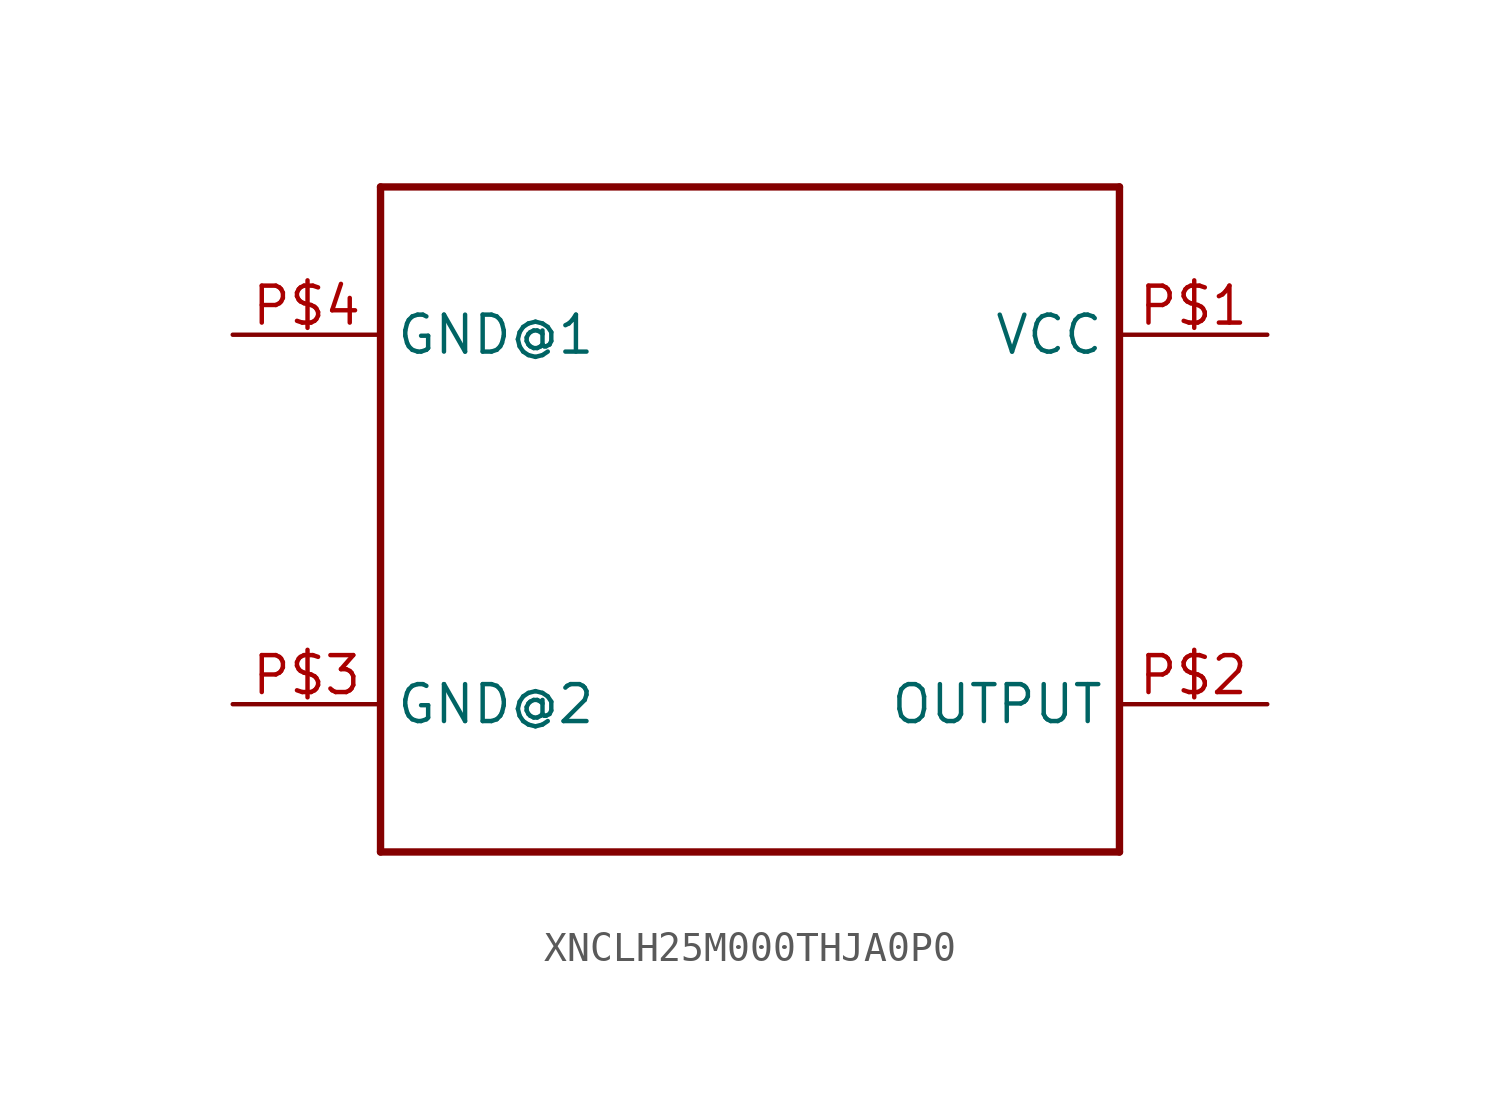
<source format=kicad_sym>
(kicad_symbol_lib
  (version 20231120)
  (generator "kicad_symbol_editor")
  (generator_version "8.0")
  (symbol "XNCLH25M000THJA0P0"
    (property "Reference" ""
      (at -2.54 12.7 0)
      (effects (font (size 1.778 1.511)) (justify left bottom) (hide yes)))
    (property "ki_locked" ""
      (at 0 0 0)
      (effects (font (size 1.27 1.27))))
    (symbol "XNCLH25M000THJA0P0_1_0"
      (polyline (pts (xy -12.7 -12.7) (xy 12.7 -12.7)) (stroke (width 0.254) (type solid)) (fill (type none)))
      (polyline (pts (xy -12.7 10.16) (xy -12.7 -12.7)) (stroke (width 0.254) (type solid)) (fill (type none)))
      (polyline (pts (xy 12.7 -12.7) (xy 12.7 10.16)) (stroke (width 0.254) (type solid)) (fill (type none)))
      (polyline (pts (xy 12.7 10.16) (xy -12.7 10.16)) (stroke (width 0.254) (type solid)) (fill (type none)))
      (pin bidirectional line (at 17.78 5.08 180) (length 5.08) (name "VCC" (effects (font (size 1.27 1.27)))) (number "P$1" (effects (font (size 1.27 1.27)))))
      (pin bidirectional line (at 17.78 -7.62 180) (length 5.08) (name "OUTPUT" (effects (font (size 1.27 1.27)))) (number "P$2" (effects (font (size 1.27 1.27)))))
      (pin bidirectional line (at -17.78 -7.62 0) (length 5.08) (name "GND@2" (effects (font (size 1.27 1.27)))) (number "P$3" (effects (font (size 1.27 1.27)))))
      (pin bidirectional line (at -17.78 5.08 0) (length 5.08) (name "GND@1" (effects (font (size 1.27 1.27)))) (number "P$4" (effects (font (size 1.27 1.27))))))))
</source>
